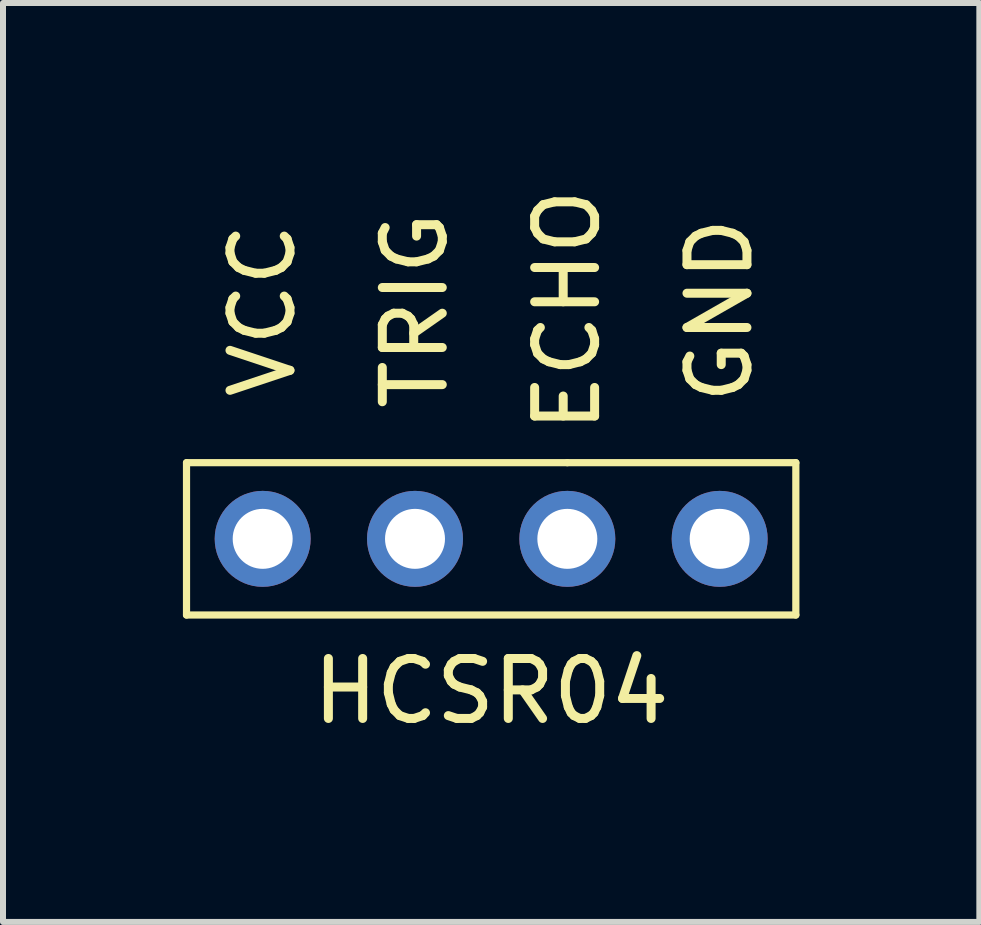
<source format=kicad_pcb>
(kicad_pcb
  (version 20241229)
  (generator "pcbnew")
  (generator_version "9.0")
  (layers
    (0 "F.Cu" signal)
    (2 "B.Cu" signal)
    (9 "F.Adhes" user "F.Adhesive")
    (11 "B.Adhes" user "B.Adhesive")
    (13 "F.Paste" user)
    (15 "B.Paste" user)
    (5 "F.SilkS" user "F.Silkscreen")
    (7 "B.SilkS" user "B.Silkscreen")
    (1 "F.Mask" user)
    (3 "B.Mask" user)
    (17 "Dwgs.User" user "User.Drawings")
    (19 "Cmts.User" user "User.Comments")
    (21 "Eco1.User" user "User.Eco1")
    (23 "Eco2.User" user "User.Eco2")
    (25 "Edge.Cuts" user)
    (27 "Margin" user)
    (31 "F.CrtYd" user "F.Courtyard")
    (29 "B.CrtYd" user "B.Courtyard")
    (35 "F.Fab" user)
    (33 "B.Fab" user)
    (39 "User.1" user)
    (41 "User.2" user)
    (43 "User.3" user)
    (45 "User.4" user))
  (footprint "HCSR04"
    (layer "F.Cu")
    (at 5.14 4.665)
    (property "Reference" "HCSR04" (at 0 3.81 0) (layer "F.SilkS") (effects (font (size 1 1) (thickness 0.15))))
    (attr through_hole)
    (fp_line (start -5.08 0) (end 1.27 0) (stroke (width 0.12) (type solid)) (layer "F.SilkS"))
    (fp_line (start -5.08 2.54) (end -5.08 0) (stroke (width 0.12) (type solid)) (layer "F.SilkS"))
    (fp_line (start -5.08 2.54) (end 5.08 2.54) (stroke (width 0.12) (type solid)) (layer "F.SilkS"))
    (fp_line (start 1.27 0) (end 5.08 0) (stroke (width 0.12) (type solid)) (layer "F.SilkS"))
    (fp_line (start 5.08 0) (end 5.08 2.54) (stroke (width 0.12) (type solid)) (layer "F.SilkS"))
    (fp_text user "GND" (at 3.81 -2.54 90) (layer "F.SilkS") (effects (font (size 1 1) (thickness 0.15))))
    (fp_text user "VCC" (at -3.81 -2.54 90) (layer "F.SilkS") (effects (font (size 1 1) (thickness 0.15))))
    (fp_text user "TRIG" (at -1.27 -2.54 90) (layer "F.SilkS") (effects (font (size 1 1) (thickness 0.15))))
    (fp_text user "ECHO" (at 1.27 -2.54 90) (layer "F.SilkS") (effects (font (size 1 1) (thickness 0.15))))
    (pad "1" thru_hole circle (at 3.81 1.27) (size 1.6 1.6) (drill 1) (layers "*.Cu" "*.Mask"))
    (pad "2" thru_hole circle (at 1.27 1.27) (size 1.6 1.6) (drill 1) (layers "*.Cu" "*.Mask"))
    (pad "3" thru_hole circle (at -1.27 1.27) (size 1.6 1.6) (drill 1) (layers "*.Cu" "*.Mask"))
    (pad "4" thru_hole circle (at -3.81 1.27) (size 1.6 1.6) (drill 1) (layers "*.Cu" "*.Mask")))
  (gr_rect
    (start -3 -3)
    (end 13.28 12.323)
    (stroke (width 0.1) (type default))
    (fill no)
    (layer "Edge.Cuts")))
</source>
